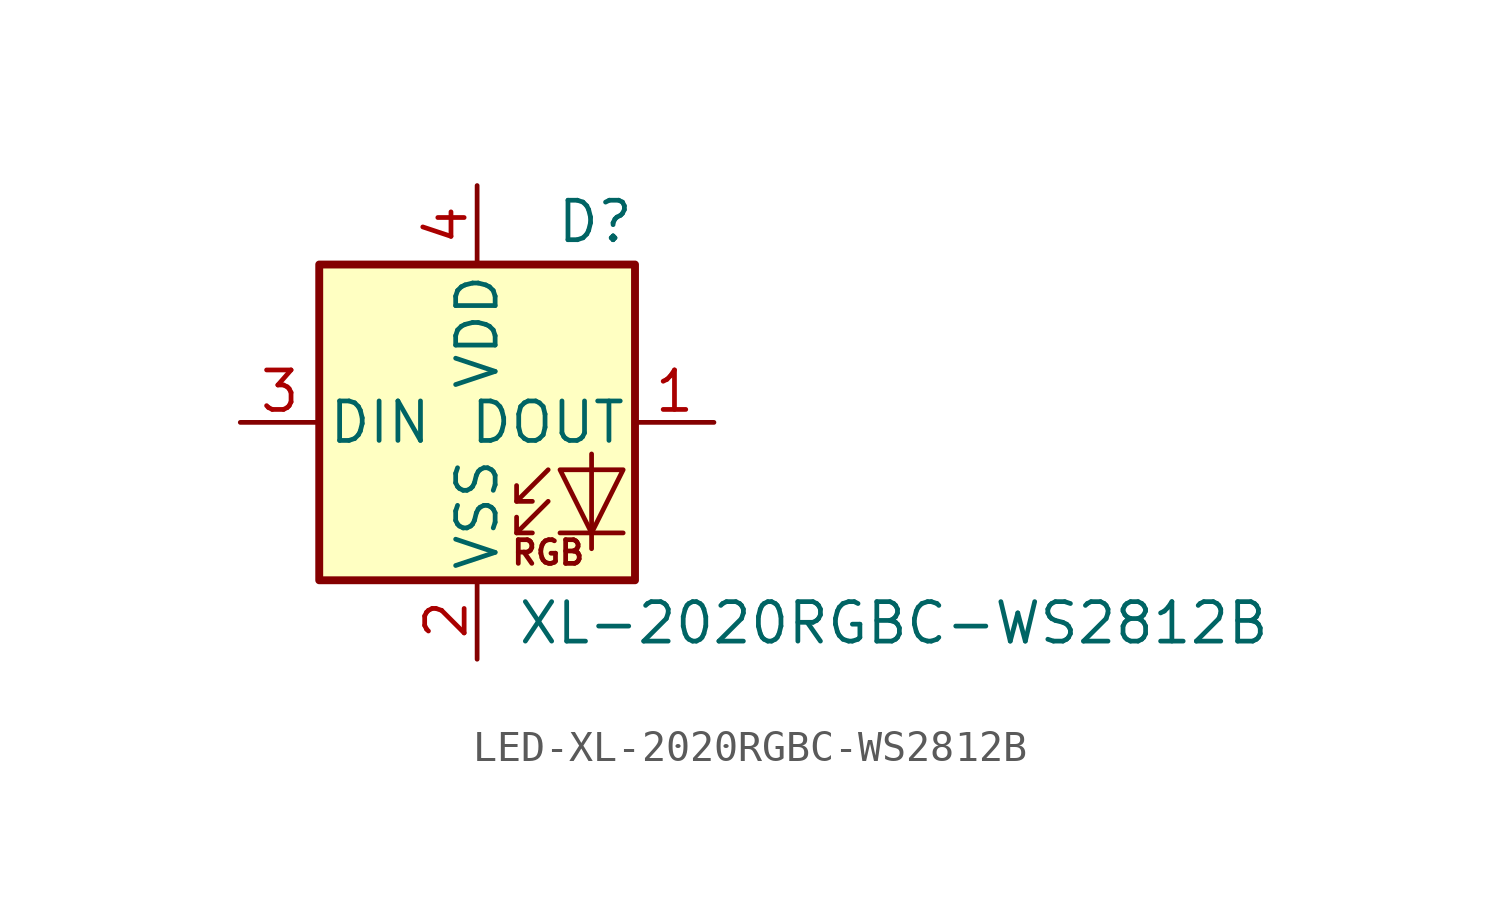
<source format=kicad_sym>
(kicad_symbol_lib
  (version 20220914)
  (generator kicad_symbol_editor)
  (symbol "LED-XL-2020RGBC-WS2812B"
    (pin_names
      (offset 0.254))
    (property "Reference" "D"
      (at 5.08 5.715 0)
      (effects (font (size 1.27 1.27)) (justify right bottom)))
    (property "Value" "XL-2020RGBC-WS2812B"
      (at 1.27 -5.715 0)
      (effects (font (size 1.27 1.27)) (justify left top)))
    (symbol "LED-XL-2020RGBC-WS2812B_0_0"
      (text "RGB" (at 2.286 -4.191 0) (effects (font (size 0.762 0.762)))))
    (symbol "LED-XL-2020RGBC-WS2812B_0_1"
      (polyline (pts (xy 1.27 -3.556) (xy 1.778 -3.556)) (stroke (width 0) (type solid)) (fill (type none)))
      (polyline (pts (xy 1.27 -2.54) (xy 1.778 -2.54)) (stroke (width 0) (type solid)) (fill (type none)))
      (polyline (pts (xy 4.699 -3.556) (xy 2.667 -3.556)) (stroke (width 0) (type solid)) (fill (type none)))
      (polyline (pts (xy 2.286 -2.54) (xy 1.27 -3.556) (xy 1.27 -3.048)) (stroke (width 0) (type solid)) (fill (type none)))
      (polyline (pts (xy 2.286 -1.524) (xy 1.27 -2.54) (xy 1.27 -2.032)) (stroke (width 0) (type solid)) (fill (type none)))
      (polyline (pts (xy 3.683 -1.016) (xy 3.683 -3.556) (xy 3.683 -4.064)) (stroke (width 0) (type solid)) (fill (type none)))
      (polyline (pts (xy 4.699 -1.524) (xy 2.667 -1.524) (xy 3.683 -3.556) (xy 4.699 -1.524)) (stroke (width 0) (type solid)) (fill (type none)))
      (rectangle (start 5.08 5.08) (end -5.08 -5.08) (stroke (width 0.254) (type solid)) (fill (type background))))
    (symbol "LED-XL-2020RGBC-WS2812B_1_1"
      (pin output line (at 7.62 0 180) (length 2.54) (name "DOUT" (effects (font (size 1.27 1.27)))) (number "1" (effects (font (size 1.27 1.27)))))
      (pin power_in line (at 0 -7.62 90) (length 2.54) (name "VSS" (effects (font (size 1.27 1.27)))) (number "2" (effects (font (size 1.27 1.27)))))
      (pin input line (at -7.62 0 0) (length 2.54) (name "DIN" (effects (font (size 1.27 1.27)))) (number "3" (effects (font (size 1.27 1.27)))))
      (pin power_in line (at 0 7.62 270) (length 2.54) (name "VDD" (effects (font (size 1.27 1.27)))) (number "4" (effects (font (size 1.27 1.27))))))))
</source>
